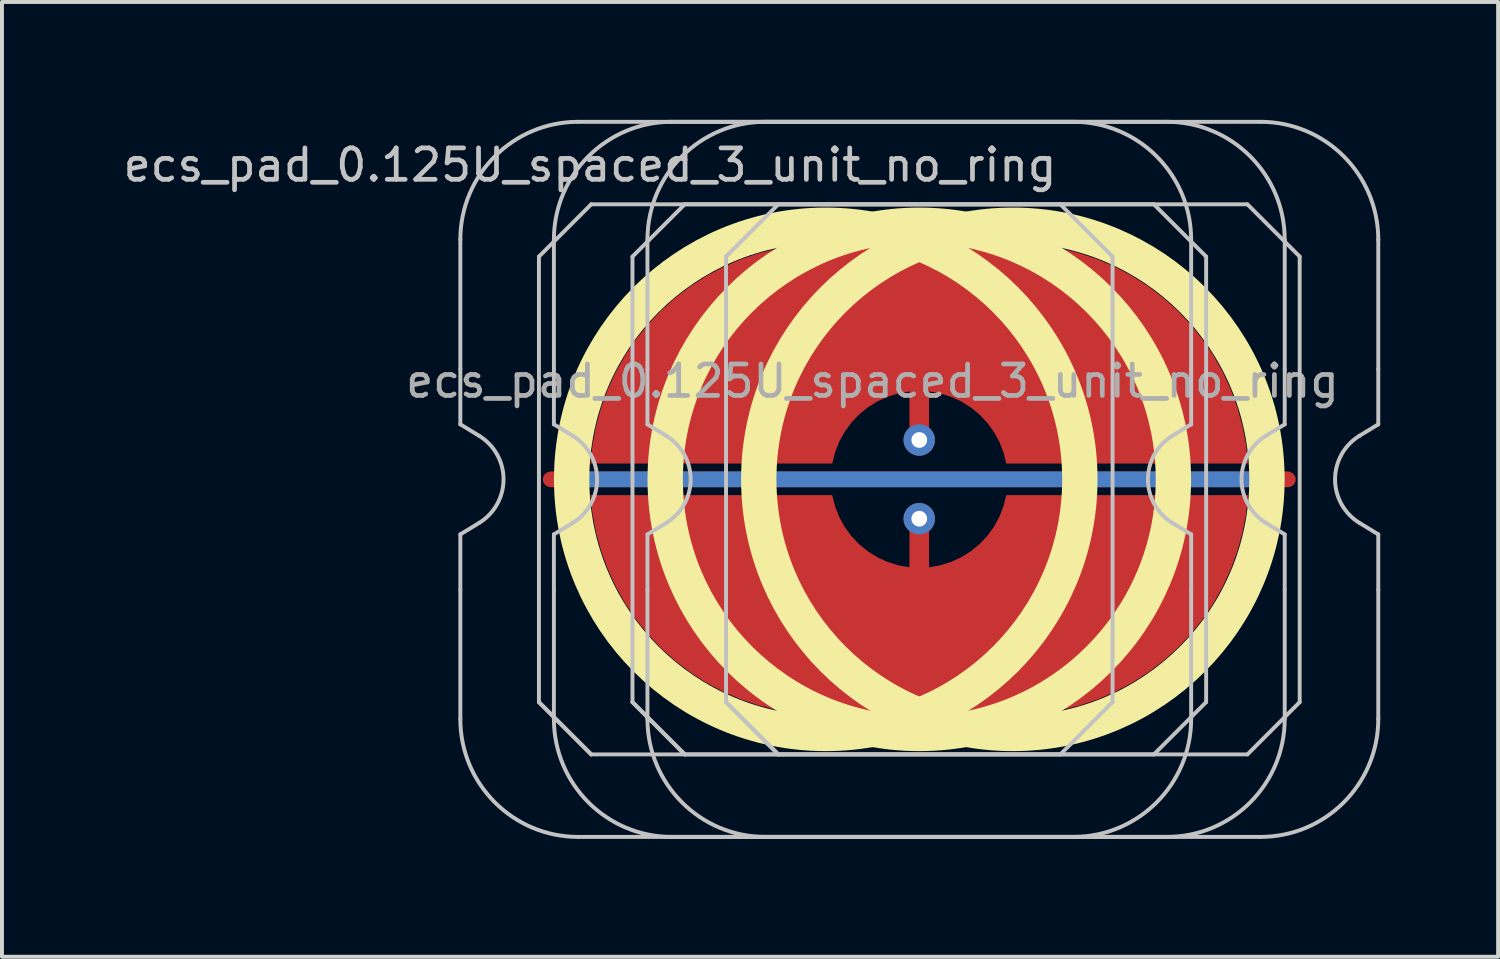
<source format=kicad_pcb>
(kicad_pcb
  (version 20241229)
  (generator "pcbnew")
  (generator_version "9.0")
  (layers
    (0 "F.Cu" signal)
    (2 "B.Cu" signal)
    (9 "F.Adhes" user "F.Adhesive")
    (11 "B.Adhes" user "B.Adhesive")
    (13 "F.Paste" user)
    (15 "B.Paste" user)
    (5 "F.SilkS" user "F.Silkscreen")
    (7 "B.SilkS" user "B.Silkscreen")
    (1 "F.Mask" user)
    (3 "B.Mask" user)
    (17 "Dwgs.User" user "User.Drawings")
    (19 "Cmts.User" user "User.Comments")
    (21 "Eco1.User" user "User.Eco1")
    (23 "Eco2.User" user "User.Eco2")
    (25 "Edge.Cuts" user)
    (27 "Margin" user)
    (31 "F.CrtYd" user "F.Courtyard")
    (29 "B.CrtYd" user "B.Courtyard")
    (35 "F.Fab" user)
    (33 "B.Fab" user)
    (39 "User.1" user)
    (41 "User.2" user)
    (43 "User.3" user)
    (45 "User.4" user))
  (footprint "ecs_pad_0.125U_spaced_3_unit_no_ring"
    (layer "F.Cu")
    (at 20.347 9.15)
    (property "Reference" "ecs_pad_0.125U_spaced_3_unit_no_ring" (at -8.38 -8 0) (layer "Dwgs.User") (effects (font (size 0.8 0.8) (thickness 0.12))))
    (attr smd)
    (fp_circle (center -2.381 0) (end 4.086 0) (stroke (width 0.9) (type solid)) (fill no) (layer "F.SilkS"))
    (fp_circle (center 0 0) (end 6.467 0) (stroke (width 0.9) (type solid)) (fill no) (layer "F.SilkS"))
    (fp_circle (center 2.381 0) (end 8.848 0) (stroke (width 0.9) (type solid)) (fill no) (layer "F.SilkS"))
    (fp_line (start -11.681 -2.805) (end -11.681 -6.1) (stroke (width 0.1) (type solid)) (layer "Dwgs.User"))
    (fp_line (start -11.681 -1.4) (end -11.681 -2.805) (stroke (width 0.1) (type solid)) (layer "Dwgs.User"))
    (fp_line (start -11.681 1.4) (end -11.206 1.111) (stroke (width 0.1) (type solid)) (layer "Dwgs.User"))
    (fp_line (start -11.681 2.805) (end -11.681 1.4) (stroke (width 0.1) (type solid)) (layer "Dwgs.User"))
    (fp_line (start -11.681 6.1) (end -11.681 2.805) (stroke (width 0.1) (type solid)) (layer "Dwgs.User"))
    (fp_line (start -11.206 -1.111) (end -11.681 -1.4) (stroke (width 0.1) (type solid)) (layer "Dwgs.User"))
    (fp_line (start -9.681 -5.67) (end -8.351 -7) (stroke (width 0.1) (type solid)) (layer "Dwgs.User"))
    (fp_line (start -9.681 5.67) (end -9.681 -5.67) (stroke (width 0.1) (type solid)) (layer "Dwgs.User"))
    (fp_line (start -9.681 5.67) (end -8.351 7) (stroke (width 0.1) (type solid)) (layer "Dwgs.User"))
    (fp_line (start -9.3 -2.805) (end -9.3 -6.1) (stroke (width 0.1) (type solid)) (layer "Dwgs.User"))
    (fp_line (start -9.3 -1.4) (end -9.3 -2.805) (stroke (width 0.1) (type solid)) (layer "Dwgs.User"))
    (fp_line (start -9.3 1.4) (end -8.824 1.111) (stroke (width 0.1) (type solid)) (layer "Dwgs.User"))
    (fp_line (start -9.3 2.805) (end -9.3 1.4) (stroke (width 0.1) (type solid)) (layer "Dwgs.User"))
    (fp_line (start -9.3 6.1) (end -9.3 2.805) (stroke (width 0.1) (type solid)) (layer "Dwgs.User"))
    (fp_line (start -8.824 -1.111) (end -9.3 -1.4) (stroke (width 0.1) (type solid)) (layer "Dwgs.User"))
    (fp_line (start -8.681 -9.1) (end 3.919 -9.1) (stroke (width 0.1) (type solid)) (layer "Dwgs.User"))
    (fp_line (start -8.351 -7) (end 3.589 -7) (stroke (width 0.1) (type solid)) (layer "Dwgs.User"))
    (fp_line (start -8.351 7) (end -9.681 5.67) (stroke (width 0.1) (type solid)) (layer "Dwgs.User"))
    (fp_line (start -7.3 -5.67) (end -5.97 -7) (stroke (width 0.1) (type solid)) (layer "Dwgs.User"))
    (fp_line (start -7.3 5.67) (end -7.3 -5.67) (stroke (width 0.1) (type solid)) (layer "Dwgs.User"))
    (fp_line (start -7.3 5.67) (end -5.97 7) (stroke (width 0.1) (type solid)) (layer "Dwgs.User"))
    (fp_line (start -6.919 -2.805) (end -6.919 -6.1) (stroke (width 0.1) (type solid)) (layer "Dwgs.User"))
    (fp_line (start -6.919 -1.4) (end -6.919 -2.805) (stroke (width 0.1) (type solid)) (layer "Dwgs.User"))
    (fp_line (start -6.919 1.4) (end -6.443 1.111) (stroke (width 0.1) (type solid)) (layer "Dwgs.User"))
    (fp_line (start -6.919 2.805) (end -6.919 1.4) (stroke (width 0.1) (type solid)) (layer "Dwgs.User"))
    (fp_line (start -6.919 6.1) (end -6.919 2.805) (stroke (width 0.1) (type solid)) (layer "Dwgs.User"))
    (fp_line (start -6.443 -1.111) (end -6.919 -1.4) (stroke (width 0.1) (type solid)) (layer "Dwgs.User"))
    (fp_line (start -6.3 -9.1) (end 6.3 -9.1) (stroke (width 0.1) (type solid)) (layer "Dwgs.User"))
    (fp_line (start -5.97 -7) (end 5.97 -7) (stroke (width 0.1) (type solid)) (layer "Dwgs.User"))
    (fp_line (start -5.97 7) (end -7.3 5.67) (stroke (width 0.1) (type solid)) (layer "Dwgs.User"))
    (fp_line (start -4.919 -5.67) (end -3.589 -7) (stroke (width 0.1) (type solid)) (layer "Dwgs.User"))
    (fp_line (start -4.919 5.67) (end -4.919 -5.67) (stroke (width 0.1) (type solid)) (layer "Dwgs.User"))
    (fp_line (start -4.919 5.67) (end -3.589 7) (stroke (width 0.1) (type solid)) (layer "Dwgs.User"))
    (fp_line (start -3.919 -9.1) (end 8.681 -9.1) (stroke (width 0.1) (type solid)) (layer "Dwgs.User"))
    (fp_line (start -3.589 -7) (end 8.351 -7) (stroke (width 0.1) (type solid)) (layer "Dwgs.User"))
    (fp_line (start -3.589 7) (end -4.919 5.67) (stroke (width 0.1) (type solid)) (layer "Dwgs.User"))
    (fp_line (start 3.589 -7) (end 4.919 -5.67) (stroke (width 0.1) (type solid)) (layer "Dwgs.User"))
    (fp_line (start 3.589 7) (end -8.351 7) (stroke (width 0.1) (type solid)) (layer "Dwgs.User"))
    (fp_line (start 3.919 9.1) (end -8.681 9.1) (stroke (width 0.1) (type solid)) (layer "Dwgs.User"))
    (fp_line (start 4.919 -5.67) (end 4.919 5.67) (stroke (width 0.1) (type solid)) (layer "Dwgs.User"))
    (fp_line (start 4.919 5.67) (end 3.589 7) (stroke (width 0.1) (type solid)) (layer "Dwgs.User"))
    (fp_line (start 5.97 -7) (end 7.3 -5.67) (stroke (width 0.1) (type solid)) (layer "Dwgs.User"))
    (fp_line (start 5.97 7) (end -5.97 7) (stroke (width 0.1) (type solid)) (layer "Dwgs.User"))
    (fp_line (start 6.3 9.1) (end -6.3 9.1) (stroke (width 0.1) (type solid)) (layer "Dwgs.User"))
    (fp_line (start 6.443 1.111) (end 6.919 1.4) (stroke (width 0.1) (type solid)) (layer "Dwgs.User"))
    (fp_line (start 6.919 -6.1) (end 6.919 -2.805) (stroke (width 0.1) (type solid)) (layer "Dwgs.User"))
    (fp_line (start 6.919 -2.805) (end 6.919 -1.4) (stroke (width 0.1) (type solid)) (layer "Dwgs.User"))
    (fp_line (start 6.919 -1.4) (end 6.443 -1.111) (stroke (width 0.1) (type solid)) (layer "Dwgs.User"))
    (fp_line (start 6.919 1.4) (end 6.919 2.805) (stroke (width 0.1) (type solid)) (layer "Dwgs.User"))
    (fp_line (start 6.919 2.805) (end 6.919 6.1) (stroke (width 0.1) (type solid)) (layer "Dwgs.User"))
    (fp_line (start 7.3 -5.67) (end 7.3 5.67) (stroke (width 0.1) (type solid)) (layer "Dwgs.User"))
    (fp_line (start 7.3 5.67) (end 5.97 7) (stroke (width 0.1) (type solid)) (layer "Dwgs.User"))
    (fp_line (start 8.351 -7) (end 9.681 -5.67) (stroke (width 0.1) (type solid)) (layer "Dwgs.User"))
    (fp_line (start 8.351 7) (end -3.589 7) (stroke (width 0.1) (type solid)) (layer "Dwgs.User"))
    (fp_line (start 8.681 9.1) (end -3.919 9.1) (stroke (width 0.1) (type solid)) (layer "Dwgs.User"))
    (fp_line (start 8.824 1.111) (end 9.3 1.4) (stroke (width 0.1) (type solid)) (layer "Dwgs.User"))
    (fp_line (start 9.3 -6.1) (end 9.3 -2.805) (stroke (width 0.1) (type solid)) (layer "Dwgs.User"))
    (fp_line (start 9.3 -2.805) (end 9.3 -1.4) (stroke (width 0.1) (type solid)) (layer "Dwgs.User"))
    (fp_line (start 9.3 -1.4) (end 8.824 -1.111) (stroke (width 0.1) (type solid)) (layer "Dwgs.User"))
    (fp_line (start 9.3 1.4) (end 9.3 2.805) (stroke (width 0.1) (type solid)) (layer "Dwgs.User"))
    (fp_line (start 9.3 2.805) (end 9.3 6.1) (stroke (width 0.1) (type solid)) (layer "Dwgs.User"))
    (fp_line (start 9.681 -5.67) (end 9.681 5.67) (stroke (width 0.1) (type solid)) (layer "Dwgs.User"))
    (fp_line (start 9.681 5.67) (end 8.351 7) (stroke (width 0.1) (type solid)) (layer "Dwgs.User"))
    (fp_line (start 11.206 1.111) (end 11.681 1.4) (stroke (width 0.1) (type solid)) (layer "Dwgs.User"))
    (fp_line (start 11.681 -6.1) (end 11.681 -2.805) (stroke (width 0.1) (type solid)) (layer "Dwgs.User"))
    (fp_line (start 11.681 -2.805) (end 11.681 -1.4) (stroke (width 0.1) (type solid)) (layer "Dwgs.User"))
    (fp_line (start 11.681 -1.4) (end 11.206 -1.111) (stroke (width 0.1) (type solid)) (layer "Dwgs.User"))
    (fp_line (start 11.681 1.4) (end 11.681 2.805) (stroke (width 0.1) (type solid)) (layer "Dwgs.User"))
    (fp_line (start 11.681 2.805) (end 11.681 6.1) (stroke (width 0.1) (type solid)) (layer "Dwgs.User"))
    (fp_arc (start -11.68125 -6.1) (mid -10.80257 -8.22132) (end -8.68125 -9.1) (stroke (width 0.1) (type solid)) (layer "Dwgs.User"))
    (fp_arc (start -11.205583 -1.110619) (mid -10.58125 0) (end -11.205583 1.110619) (stroke (width 0.1) (type solid)) (layer "Dwgs.User"))
    (fp_arc (start -9.3 -6.1) (mid -8.42132 -8.22132) (end -6.3 -9.1) (stroke (width 0.1) (type solid)) (layer "Dwgs.User"))
    (fp_arc (start -8.824333 -1.110619) (mid -8.2 0) (end -8.824333 1.110619) (stroke (width 0.1) (type solid)) (layer "Dwgs.User"))
    (fp_arc (start -8.68125 9.1) (mid -10.80257 8.22132) (end -11.68125 6.1) (stroke (width 0.1) (type solid)) (layer "Dwgs.User"))
    (fp_arc (start -6.91875 -6.1) (mid -6.04007 -8.22132) (end -3.91875 -9.1) (stroke (width 0.1) (type solid)) (layer "Dwgs.User"))
    (fp_arc (start -6.443083 -1.110619) (mid -5.81875 0) (end -6.443083 1.110619) (stroke (width 0.1) (type solid)) (layer "Dwgs.User"))
    (fp_arc (start -6.3 9.1) (mid -8.42132 8.22132) (end -9.3 6.1) (stroke (width 0.1) (type solid)) (layer "Dwgs.User"))
    (fp_arc (start -3.91875 9.1) (mid -6.04007 8.22132) (end -6.91875 6.1) (stroke (width 0.1) (type solid)) (layer "Dwgs.User"))
    (fp_arc (start 3.91875 -9.1) (mid 6.04007 -8.22132) (end 6.91875 -6.1) (stroke (width 0.1) (type solid)) (layer "Dwgs.User"))
    (fp_arc (start 6.3 -9.1) (mid 8.42132 -8.22132) (end 9.3 -6.1) (stroke (width 0.1) (type solid)) (layer "Dwgs.User"))
    (fp_arc (start 6.443083 1.110619) (mid 5.81875 0) (end 6.443083 -1.110619) (stroke (width 0.1) (type solid)) (layer "Dwgs.User"))
    (fp_arc (start 6.91875 6.1) (mid 6.04007 8.22132) (end 3.91875 9.1) (stroke (width 0.1) (type solid)) (layer "Dwgs.User"))
    (fp_arc (start 8.68125 -9.1) (mid 10.80257 -8.22132) (end 11.68125 -6.1) (stroke (width 0.1) (type solid)) (layer "Dwgs.User"))
    (fp_arc (start 8.824333 1.110619) (mid 8.2 0) (end 8.824333 -1.110619) (stroke (width 0.1) (type solid)) (layer "Dwgs.User"))
    (fp_arc (start 9.3 6.1) (mid 8.42132 8.22132) (end 6.3 9.1) (stroke (width 0.1) (type solid)) (layer "Dwgs.User"))
    (fp_arc (start 11.205583 1.110619) (mid 10.58125 0) (end 11.205583 -1.110619) (stroke (width 0.1) (type solid)) (layer "Dwgs.User"))
    (fp_arc (start 11.68125 6.1) (mid 10.80257 8.22132) (end 8.68125 9.1) (stroke (width 0.1) (type solid)) (layer "Dwgs.User"))
    (fp_text user "${REFERENCE}" (at -1.191 -2.5 0) (layer "F.Fab") (effects (font (size 0.8 0.8) (thickness 0.12))))
    (pad "1" smd custom (at -0.001 -1.002 180) (size 0.228 0.228) (layers "F.Cu") (options (anchor circle)) (primitives (gr_poly (pts (xy -8.316 -0.116) (xy -8.225 0.362) (xy -8.095 0.831) (xy -7.928 1.288) (xy -7.724 1.73) (xy -7.485 2.154) (xy -7.213 2.557) (xy -6.909 2.937) (xy -6.575 3.291) (xy -6.213 3.617) (xy -5.826 3.912) (xy -5.417 4.175) (xy -4.987 4.404) (xy -4.541 4.598) (xy -4.08 4.755) (xy -3.608 4.873) (xy -3.128 4.953) (xy -2.643 4.994) (xy -2.156 4.996) (xy -1.671 4.958) (xy -1.191 4.881) (xy -0.717 4.957) (xy -0.24 4.995) (xy 0.24 4.995) (xy 0.717 4.957) (xy 1.191 4.881) (xy 1.671 4.958) (xy 2.156 4.996) (xy 2.643 4.994) (xy 3.128 4.953) (xy 3.608 4.873) (xy 4.08 4.755) (xy 4.541 4.598) (xy 4.987 4.404) (xy 5.417 4.175) (xy 5.826 3.912) (xy 6.213 3.617) (xy 6.575 3.291) (xy 6.909 2.937) (xy 7.213 2.557) (xy 7.485 2.154) (xy 7.724 1.73) (xy 7.928 1.288) (xy 8.095 0.831) (xy 8.225 0.362) (xy 8.316 -0.116) (xy 8.368 -0.6) (xy 2.214 -0.6) (xy 2.145 -0.321) (xy 2.041 -0.052) (xy 1.903 0.201) (xy 1.734 0.434) (xy 1.537 0.644) (xy 1.314 0.826) (xy 1.07 0.979) (xy 0.808 1.1) (xy 0.534 1.186) (xy 0.25 1.236) (xy 0.25 0) (xy 0.231 -0.096) (xy 0.177 -0.177) (xy 0.096 -0.231) (xy 0 -0.25) (xy -0.096 -0.231) (xy -0.177 -0.177) (xy -0.231 -0.096) (xy -0.25 0) (xy -0.25 1.236) (xy -0.534 1.186) (xy -0.808 1.1) (xy -1.07 0.979) (xy -1.314 0.826) (xy -1.537 0.644) (xy -1.734 0.434) (xy -1.903 0.201) (xy -2.041 -0.052) (xy -2.145 -0.321) (xy -2.214 -0.6) (xy -8.368 -0.6)) (width 0) (fill yes))))
    (pad "1" thru_hole circle (at -0.001 -1.002) (size 0.8 0.8) (drill 0.4) (layers "*.Cu"))
    (pad "2" smd custom (at -0.001 1.002) (size 0.228 0.228) (layers "F.Cu") (options (anchor circle)) (primitives (gr_poly (pts (xy -8.316 -0.116) (xy -8.225 0.362) (xy -8.095 0.831) (xy -7.928 1.288) (xy -7.724 1.73) (xy -7.485 2.154) (xy -7.213 2.557) (xy -6.909 2.937) (xy -6.575 3.291) (xy -6.213 3.617) (xy -5.826 3.912) (xy -5.417 4.175) (xy -4.987 4.404) (xy -4.541 4.598) (xy -4.08 4.755) (xy -3.608 4.873) (xy -3.128 4.953) (xy -2.643 4.994) (xy -2.156 4.996) (xy -1.671 4.958) (xy -1.191 4.881) (xy -0.717 4.957) (xy -0.24 4.995) (xy 0.24 4.995) (xy 0.717 4.957) (xy 1.191 4.881) (xy 1.671 4.958) (xy 2.156 4.996) (xy 2.643 4.994) (xy 3.128 4.953) (xy 3.608 4.873) (xy 4.08 4.755) (xy 4.541 4.598) (xy 4.987 4.404) (xy 5.417 4.175) (xy 5.826 3.912) (xy 6.213 3.617) (xy 6.575 3.291) (xy 6.909 2.937) (xy 7.213 2.557) (xy 7.485 2.154) (xy 7.724 1.73) (xy 7.928 1.288) (xy 8.095 0.831) (xy 8.225 0.362) (xy 8.316 -0.116) (xy 8.368 -0.6) (xy 2.214 -0.6) (xy 2.145 -0.321) (xy 2.041 -0.052) (xy 1.903 0.201) (xy 1.734 0.434) (xy 1.537 0.644) (xy 1.314 0.826) (xy 1.07 0.979) (xy 0.808 1.1) (xy 0.534 1.186) (xy 0.25 1.236) (xy 0.25 0) (xy 0.231 -0.096) (xy 0.177 -0.177) (xy 0.096 -0.231) (xy 0 -0.25) (xy -0.096 -0.231) (xy -0.177 -0.177) (xy -0.231 -0.096) (xy -0.25 0) (xy -0.25 1.236) (xy -0.534 1.186) (xy -0.808 1.1) (xy -1.07 0.979) (xy -1.314 0.826) (xy -1.537 0.644) (xy -1.734 0.434) (xy -1.903 0.201) (xy -2.041 -0.052) (xy -2.145 -0.321) (xy -2.214 -0.6) (xy -8.368 -0.6)) (width 0) (fill yes))))
    (pad "2" thru_hole circle (at -0.001 1.002) (size 0.8 0.8) (drill 0.4) (layers "*.Cu"))
    (pad "3" smd custom (at 0 0 270) (size 0.4 0.4) (layers "F.Cu") (options (anchor rect)) (primitives (gr_line (start 0 -9.381) (end 0 9.381) (width 0.4))))
    (pad "3" smd custom (at 0 0 270) (size 0.4 0.4) (layers "B.Cu") (options (anchor rect)) (primitives (gr_line (start 0 -8.881) (end 0 8.881) (width 0.4))))
    (zone (net_name "") (layer "F.Cu") (hatch edge 0.508) (connect_pads) (min_thickness 0.254) (filled_areas_thickness no) (keepout (tracks allowed) (vias allowed) (pads allowed) (copperpour not_allowed) (footprints allowed)) (placement (enabled no)) (fill) (polygon (pts (xy 17.965 2.145) (xy 17.452 2.164) (xy 16.942 2.22) (xy 16.437 2.314) (xy 15.941 2.444) (xy 15.455 2.61) (xy 14.983 2.812) (xy 14.527 3.047) (xy 14.089 3.315) (xy 13.672 3.615) (xy 13.278 3.944) (xy 12.91 4.302) (xy 12.568 4.685) (xy 12.256 5.092) (xy 11.974 5.521) (xy 11.724 5.97) (xy 11.508 6.435) (xy 11.326 6.916) (xy 11.181 7.408) (xy 11.071 7.91) (xy 10.999 8.418) (xy 10.964 8.93) (xy 10.967 9.443) (xy 11.007 9.955) (xy 11.085 10.463) (xy 11.199 10.963) (xy 11.35 11.454) (xy 11.537 11.932) (xy 11.758 12.395) (xy 12.012 12.841) (xy 12.298 13.267) (xy 12.615 13.671) (xy 12.961 14.051) (xy 13.333 14.404) (xy 13.73 14.73) (xy 14.15 15.025) (xy 14.591 15.288) (xy 15.049 15.519) (xy 15.524 15.716) (xy 16.011 15.877) (xy 16.509 16.002) (xy 17.015 16.09) (xy 17.526 16.141) (xy 18.039 16.155) (xy 18.552 16.13) (xy 19.061 16.069) (xy 19.565 15.97) (xy 20.06 15.834) (xy 20.544 15.663) (xy 21.014 15.457) (xy 21.468 15.216) (xy 21.903 14.944) (xy 22.317 14.64) (xy 22.707 14.306) (xy 23.072 13.945) (xy 23.409 13.558) (xy 23.717 13.148) (xy 23.995 12.716) (xy 24.24 12.265) (xy 24.451 11.797) (xy 24.627 11.315) (xy 24.768 10.821) (xy 24.872 10.318) (xy 24.939 9.809) (xy 24.969 9.297) (xy 24.961 8.783) (xy 24.915 8.272) (xy 24.832 7.765) (xy 24.712 7.266) (xy 24.556 6.777) (xy 24.365 6.301) (xy 24.139 5.84) (xy 23.88 5.397) (xy 23.589 4.974) (xy 23.268 4.573) (xy 22.919 4.197) (xy 22.543 3.847) (xy 22.142 3.526) (xy 21.719 3.236) (xy 21.276 2.977) (xy 20.815 2.751) (xy 20.338 2.559) (xy 19.849 2.403) (xy 19.35 2.283) (xy 18.843 2.2) (xy 18.332 2.155))))
    (zone (net_name "") (layer "F.Cu") (hatch edge 0.508) (connect_pads) (min_thickness 0.254) (filled_areas_thickness no) (keepout (tracks allowed) (vias allowed) (pads allowed) (copperpour not_allowed) (footprints allowed)) (placement (enabled no)) (fill) (polygon (pts (xy 20.347 2.145) (xy 19.834 2.164) (xy 19.323 2.22) (xy 18.819 2.314) (xy 18.322 2.444) (xy 17.836 2.61) (xy 17.364 2.812) (xy 16.908 3.047) (xy 16.47 3.315) (xy 16.053 3.615) (xy 15.659 3.944) (xy 15.291 4.302) (xy 14.949 4.685) (xy 14.637 5.092) (xy 14.355 5.521) (xy 14.105 5.97) (xy 13.889 6.435) (xy 13.708 6.916) (xy 13.562 7.408) (xy 13.452 7.91) (xy 13.38 8.418) (xy 13.345 8.93) (xy 13.348 9.443) (xy 13.388 9.955) (xy 13.466 10.463) (xy 13.58 10.963) (xy 13.731 11.454) (xy 13.918 11.932) (xy 14.139 12.395) (xy 14.393 12.841) (xy 14.68 13.267) (xy 14.996 13.671) (xy 15.342 14.051) (xy 15.714 14.404) (xy 16.112 14.73) (xy 16.532 15.025) (xy 16.972 15.288) (xy 17.431 15.519) (xy 17.905 15.716) (xy 18.392 15.877) (xy 18.89 16.002) (xy 19.396 16.09) (xy 19.907 16.141) (xy 20.42 16.155) (xy 20.933 16.13) (xy 21.442 16.069) (xy 21.946 15.97) (xy 22.441 15.834) (xy 22.925 15.663) (xy 23.395 15.457) (xy 23.849 15.216) (xy 24.284 14.944) (xy 24.698 14.64) (xy 25.088 14.306) (xy 25.453 13.945) (xy 25.791 13.558) (xy 26.099 13.148) (xy 26.376 12.716) (xy 26.621 12.265) (xy 26.832 11.797) (xy 27.009 11.315) (xy 27.149 10.821) (xy 27.253 10.318) (xy 27.32 9.809) (xy 27.35 9.297) (xy 27.342 8.783) (xy 27.296 8.272) (xy 27.213 7.765) (xy 27.094 7.266) (xy 26.937 6.777) (xy 26.746 6.301) (xy 26.52 5.84) (xy 26.261 5.397) (xy 25.97 4.974) (xy 25.649 4.573) (xy 25.3 4.197) (xy 24.924 3.847) (xy 24.523 3.526) (xy 24.1 3.236) (xy 23.657 2.977) (xy 23.196 2.751) (xy 22.719 2.559) (xy 22.23 2.403) (xy 21.731 2.283) (xy 21.225 2.2) (xy 20.713 2.155))))
    (zone (net_name "") (layer "F.Cu") (hatch edge 0.508) (connect_pads) (min_thickness 0.254) (filled_areas_thickness no) (keepout (tracks allowed) (vias allowed) (pads allowed) (copperpour not_allowed) (footprints allowed)) (placement (enabled no)) (fill) (polygon (pts (xy 22.728 2.145) (xy 22.215 2.164) (xy 21.705 2.22) (xy 21.2 2.314) (xy 20.703 2.444) (xy 20.218 2.61) (xy 19.745 2.812) (xy 19.289 3.047) (xy 18.851 3.315) (xy 18.435 3.615) (xy 18.041 3.944) (xy 17.672 4.302) (xy 17.331 4.685) (xy 17.018 5.092) (xy 16.736 5.521) (xy 16.487 5.97) (xy 16.27 6.435) (xy 16.089 6.916) (xy 15.943 7.408) (xy 15.834 7.91) (xy 15.761 8.418) (xy 15.726 8.93) (xy 15.729 9.443) (xy 15.769 9.955) (xy 15.847 10.463) (xy 15.962 10.963) (xy 16.113 11.454) (xy 16.299 11.932) (xy 16.52 12.395) (xy 16.775 12.841) (xy 17.061 13.267) (xy 17.378 13.671) (xy 17.723 14.051) (xy 18.095 14.404) (xy 18.493 14.73) (xy 18.913 15.025) (xy 19.353 15.288) (xy 19.812 15.519) (xy 20.286 15.716) (xy 20.774 15.877) (xy 21.272 16.002) (xy 21.777 16.09) (xy 22.288 16.141) (xy 22.801 16.155) (xy 23.314 16.13) (xy 23.824 16.069) (xy 24.327 15.97) (xy 24.823 15.834) (xy 25.307 15.663) (xy 25.777 15.457) (xy 26.23 15.216) (xy 26.665 14.944) (xy 27.079 14.64) (xy 27.469 14.306) (xy 27.834 13.945) (xy 28.172 13.558) (xy 28.48 13.148) (xy 28.757 12.716) (xy 29.002 12.265) (xy 29.214 11.797) (xy 29.39 11.315) (xy 29.531 10.821) (xy 29.635 10.318) (xy 29.702 9.809) (xy 29.731 9.297) (xy 29.723 8.783) (xy 29.678 8.272) (xy 29.595 7.765) (xy 29.475 7.266) (xy 29.319 6.777) (xy 29.127 6.301) (xy 28.901 5.84) (xy 28.642 5.397) (xy 28.352 4.974) (xy 28.031 4.573) (xy 27.681 4.197) (xy 27.305 3.847) (xy 26.904 3.526) (xy 26.481 3.236) (xy 26.038 2.977) (xy 25.577 2.751) (xy 25.101 2.559) (xy 24.612 2.403) (xy 24.112 2.283) (xy 23.606 2.2) (xy 23.095 2.155))))
    (zone (net_name "") (layer "B.Cu") (hatch edge 0.508) (connect_pads) (min_thickness 0.254) (filled_areas_thickness no) (keepout (tracks allowed) (vias allowed) (pads allowed) (copperpour not_allowed) (footprints allowed)) (placement (enabled no)) (fill) (polygon (pts (xy 17.965 2.592) (xy 17.451 2.612) (xy 16.939 2.672) (xy 16.434 2.773) (xy 15.939 2.913) (xy 15.456 3.091) (xy 14.988 3.307) (xy 14.539 3.558) (xy 14.111 3.844) (xy 13.706 4.163) (xy 13.328 4.513) (xy 12.978 4.891) (xy 12.66 5.295) (xy 12.374 5.723) (xy 12.122 6.173) (xy 11.906 6.64) (xy 11.728 7.123) (xy 11.588 7.619) (xy 11.488 8.124) (xy 11.427 8.635) (xy 11.407 9.15) (xy 11.427 9.665) (xy 11.488 10.176) (xy 11.588 10.681) (xy 11.728 11.177) (xy 11.906 11.66) (xy 12.122 12.127) (xy 12.374 12.577) (xy 12.66 13.005) (xy 12.978 13.409) (xy 13.328 13.787) (xy 13.706 14.137) (xy 14.111 14.456) (xy 14.539 14.742) (xy 14.988 14.993) (xy 15.456 15.209) (xy 15.939 15.387) (xy 16.434 15.527) (xy 16.939 15.628) (xy 17.451 15.688) (xy 17.965 15.708) (xy 18.48 15.688) (xy 18.991 15.628) (xy 19.496 15.527) (xy 19.992 15.387) (xy 20.475 15.209) (xy 20.943 14.993) (xy 21.392 14.742) (xy 21.82 14.456) (xy 22.225 14.137) (xy 22.603 13.787) (xy 22.952 13.409) (xy 23.271 13.005) (xy 23.557 12.577) (xy 23.809 12.127) (xy 24.024 11.66) (xy 24.203 11.177) (xy 24.342 10.681) (xy 24.443 10.176) (xy 24.503 9.665) (xy 24.524 9.15) (xy 24.503 8.635) (xy 24.443 8.124) (xy 24.342 7.619) (xy 24.203 7.123) (xy 24.024 6.64) (xy 23.809 6.173) (xy 23.557 5.723) (xy 23.271 5.295) (xy 22.952 4.891) (xy 22.603 4.513) (xy 22.225 4.163) (xy 21.82 3.844) (xy 21.392 3.558) (xy 20.943 3.307) (xy 20.475 3.091) (xy 19.992 2.913) (xy 19.496 2.773) (xy 18.991 2.672) (xy 18.48 2.612))))
    (zone (net_name "") (layer "B.Cu") (hatch edge 0.508) (connect_pads) (min_thickness 0.254) (filled_areas_thickness no) (keepout (tracks allowed) (vias allowed) (pads allowed) (copperpour not_allowed) (footprints allowed)) (placement (enabled no)) (fill) (polygon (pts (xy 20.347 2.592) (xy 19.832 2.612) (xy 19.321 2.672) (xy 18.816 2.773) (xy 18.32 2.913) (xy 17.837 3.091) (xy 17.369 3.307) (xy 16.92 3.558) (xy 16.492 3.844) (xy 16.087 4.163) (xy 15.709 4.513) (xy 15.36 4.891) (xy 15.041 5.295) (xy 14.755 5.723) (xy 14.503 6.173) (xy 14.288 6.64) (xy 14.109 7.123) (xy 13.97 7.619) (xy 13.869 8.124) (xy 13.809 8.635) (xy 13.788 9.15) (xy 13.809 9.665) (xy 13.869 10.176) (xy 13.97 10.681) (xy 14.109 11.177) (xy 14.288 11.66) (xy 14.503 12.127) (xy 14.755 12.577) (xy 15.041 13.005) (xy 15.36 13.409) (xy 15.709 13.787) (xy 16.087 14.137) (xy 16.492 14.456) (xy 16.92 14.742) (xy 17.369 14.993) (xy 17.837 15.209) (xy 18.32 15.387) (xy 18.816 15.527) (xy 19.321 15.628) (xy 19.832 15.688) (xy 20.347 15.708) (xy 20.861 15.688) (xy 21.373 15.628) (xy 21.878 15.527) (xy 22.373 15.387) (xy 22.856 15.209) (xy 23.324 14.993) (xy 23.773 14.742) (xy 24.202 14.456) (xy 24.606 14.137) (xy 24.984 13.787) (xy 25.334 13.409) (xy 25.652 13.005) (xy 25.939 12.577) (xy 26.19 12.127) (xy 26.406 11.66) (xy 26.584 11.177) (xy 26.724 10.681) (xy 26.824 10.176) (xy 26.885 9.665) (xy 26.905 9.15) (xy 26.885 8.635) (xy 26.824 8.124) (xy 26.724 7.619) (xy 26.584 7.123) (xy 26.406 6.64) (xy 26.19 6.173) (xy 25.939 5.723) (xy 25.652 5.295) (xy 25.334 4.891) (xy 24.984 4.513) (xy 24.606 4.163) (xy 24.202 3.844) (xy 23.773 3.558) (xy 23.324 3.307) (xy 22.856 3.091) (xy 22.373 2.913) (xy 21.878 2.773) (xy 21.373 2.672) (xy 20.861 2.612))))
    (zone (net_name "") (layer "B.Cu") (hatch edge 0.508) (connect_pads) (min_thickness 0.254) (filled_areas_thickness no) (keepout (tracks allowed) (vias allowed) (pads allowed) (copperpour not_allowed) (footprints allowed)) (placement (enabled no)) (fill) (polygon (pts (xy 22.728 2.592) (xy 22.213 2.612) (xy 21.702 2.672) (xy 21.197 2.773) (xy 20.701 2.913) (xy 20.218 3.091) (xy 19.751 3.307) (xy 19.301 3.558) (xy 18.873 3.844) (xy 18.469 4.163) (xy 18.091 4.513) (xy 17.741 4.891) (xy 17.422 5.295) (xy 17.136 5.723) (xy 16.884 6.173) (xy 16.669 6.64) (xy 16.491 7.123) (xy 16.351 7.619) (xy 16.25 8.124) (xy 16.19 8.635) (xy 16.17 9.15) (xy 16.19 9.665) (xy 16.25 10.176) (xy 16.351 10.681) (xy 16.491 11.177) (xy 16.669 11.66) (xy 16.884 12.127) (xy 17.136 12.577) (xy 17.422 13.005) (xy 17.741 13.409) (xy 18.091 13.787) (xy 18.469 14.137) (xy 18.873 14.456) (xy 19.301 14.742) (xy 19.751 14.993) (xy 20.218 15.209) (xy 20.701 15.387) (xy 21.197 15.527) (xy 21.702 15.628) (xy 22.213 15.688) (xy 22.728 15.708) (xy 23.242 15.688) (xy 23.754 15.628) (xy 24.259 15.527) (xy 24.755 15.387) (xy 25.238 15.209) (xy 25.705 14.993) (xy 26.155 14.742) (xy 26.583 14.456) (xy 26.987 14.137) (xy 27.365 13.787) (xy 27.715 13.409) (xy 28.034 13.005) (xy 28.32 12.577) (xy 28.571 12.127) (xy 28.787 11.66) (xy 28.965 11.177) (xy 29.105 10.681) (xy 29.205 10.176) (xy 29.266 9.665) (xy 29.286 9.15) (xy 29.266 8.635) (xy 29.205 8.124) (xy 29.105 7.619) (xy 28.965 7.123) (xy 28.787 6.64) (xy 28.571 6.173) (xy 28.32 5.723) (xy 28.034 5.295) (xy 27.715 4.891) (xy 27.365 4.513) (xy 26.987 4.163) (xy 26.583 3.844) (xy 26.155 3.558) (xy 25.705 3.307) (xy 25.238 3.091) (xy 24.755 2.913) (xy 24.259 2.773) (xy 23.754 2.672) (xy 23.242 2.612)))))
  (gr_rect
    (start -3 -3)
    (end 35.078 21.3)
    (stroke (width 0.1) (type default))
    (fill no)
    (layer "Edge.Cuts")))
</source>
